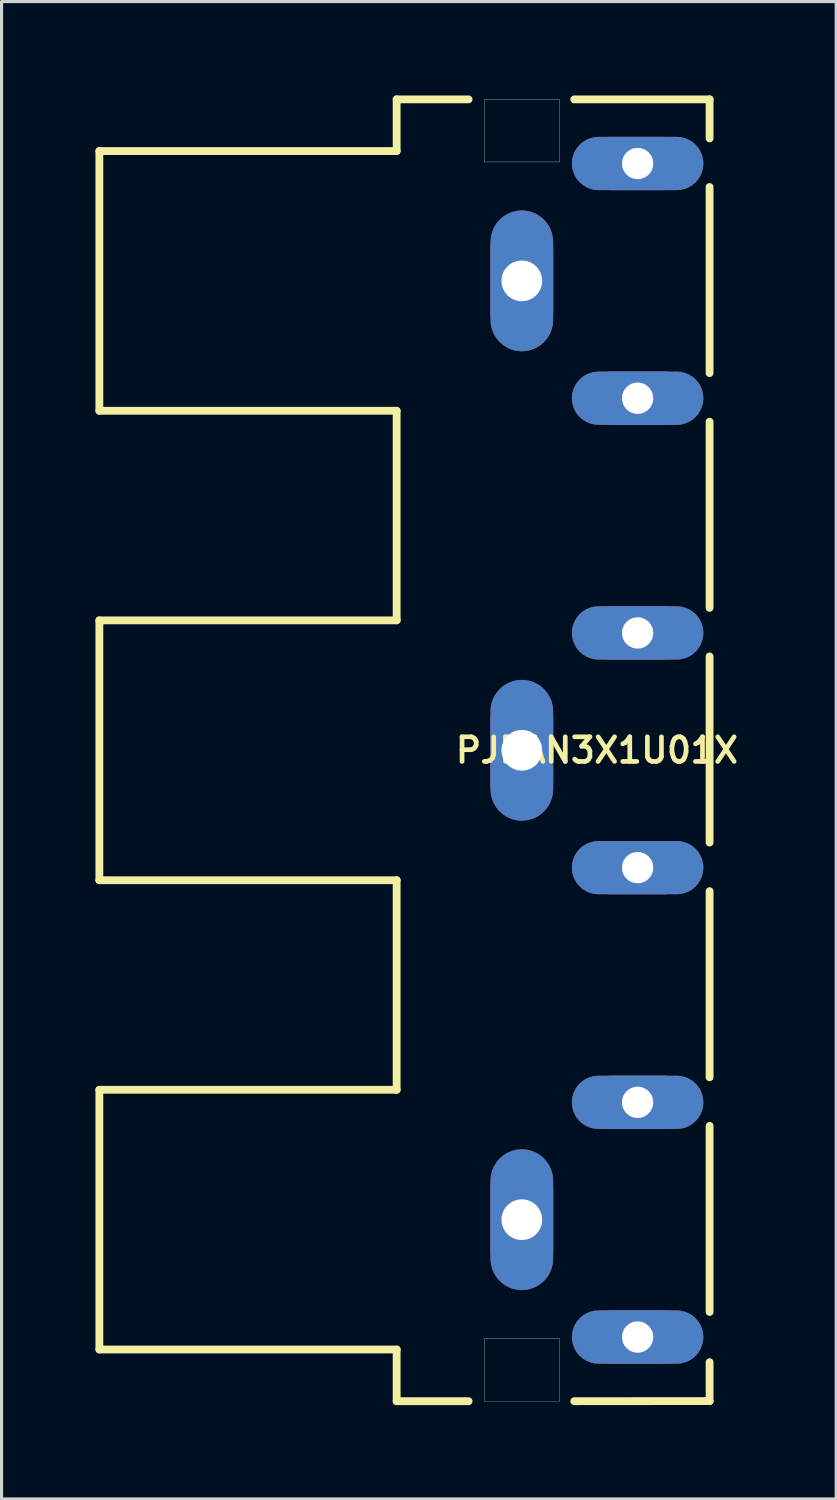
<source format=kicad_pcb>
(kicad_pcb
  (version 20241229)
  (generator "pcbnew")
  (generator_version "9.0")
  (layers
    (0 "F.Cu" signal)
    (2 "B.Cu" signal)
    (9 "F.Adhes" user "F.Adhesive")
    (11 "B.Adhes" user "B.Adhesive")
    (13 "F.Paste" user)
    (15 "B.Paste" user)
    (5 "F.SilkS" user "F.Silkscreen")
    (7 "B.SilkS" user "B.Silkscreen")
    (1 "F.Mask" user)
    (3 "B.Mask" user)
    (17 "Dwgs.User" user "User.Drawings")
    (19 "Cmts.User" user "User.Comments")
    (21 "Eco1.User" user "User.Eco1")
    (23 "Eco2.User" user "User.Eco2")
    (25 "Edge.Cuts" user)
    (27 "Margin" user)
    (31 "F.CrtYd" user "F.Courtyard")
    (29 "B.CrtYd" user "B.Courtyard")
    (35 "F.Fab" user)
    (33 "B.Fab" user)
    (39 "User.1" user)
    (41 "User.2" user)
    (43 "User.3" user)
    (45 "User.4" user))
  (footprint "PJRAN3X1U01X"
    (layer "F.Cu")
    (at 16.025 20.925)
    (property "Reference" "PJRAN3X1U01X" (at 0 0 0) (layer "F.SilkS") (effects (font (size 0.787 0.787) (thickness 0.15))))
    (attr through_hole)
    (fp_poly (pts (xy -1.401 -16.25) (xy -1.413 -16.406) (xy -1.45 -16.559) (xy -1.51 -16.704) (xy -1.592 -16.837) (xy -1.694 -16.956) (xy -1.813 -17.058) (xy -1.946 -17.14) (xy -2.091 -17.2) (xy -2.244 -17.237) (xy -2.4 -17.249) (xy -2.556 -17.237) (xy -2.709 -17.2) (xy -2.854 -17.14) (xy -2.987 -17.058) (xy -3.106 -16.956) (xy -3.208 -16.837) (xy -3.29 -16.704) (xy -3.35 -16.559) (xy -3.387 -16.406) (xy -3.399 -16.25) (xy -3.399 -13.75) (xy -3.387 -13.594) (xy -3.35 -13.441) (xy -3.29 -13.296) (xy -3.208 -13.163) (xy -3.106 -13.044) (xy -2.987 -12.942) (xy -2.854 -12.86) (xy -2.709 -12.8) (xy -2.556 -12.763) (xy -2.4 -12.751) (xy -2.244 -12.763) (xy -2.091 -12.8) (xy -1.946 -12.86) (xy -1.813 -12.942) (xy -1.694 -13.044) (xy -1.592 -13.163) (xy -1.51 -13.296) (xy -1.45 -13.441) (xy -1.413 -13.594) (xy -1.401 -13.75)) (stroke (width 0.002) (type solid)) (fill yes) (layer "F.Cu"))
    (fp_poly (pts (xy -1.401 -1.25) (xy -1.413 -1.406) (xy -1.45 -1.559) (xy -1.51 -1.704) (xy -1.592 -1.837) (xy -1.694 -1.956) (xy -1.813 -2.058) (xy -1.946 -2.14) (xy -2.091 -2.2) (xy -2.244 -2.237) (xy -2.4 -2.249) (xy -2.556 -2.237) (xy -2.709 -2.2) (xy -2.854 -2.14) (xy -2.987 -2.058) (xy -3.106 -1.956) (xy -3.208 -1.837) (xy -3.29 -1.704) (xy -3.35 -1.559) (xy -3.387 -1.406) (xy -3.399 -1.25) (xy -3.399 1.25) (xy -3.387 1.406) (xy -3.35 1.559) (xy -3.29 1.704) (xy -3.208 1.837) (xy -3.106 1.956) (xy -2.987 2.058) (xy -2.854 2.14) (xy -2.709 2.2) (xy -2.556 2.237) (xy -2.4 2.249) (xy -2.244 2.237) (xy -2.091 2.2) (xy -1.946 2.14) (xy -1.813 2.058) (xy -1.694 1.956) (xy -1.592 1.837) (xy -1.51 1.704) (xy -1.45 1.559) (xy -1.413 1.406) (xy -1.401 1.25)) (stroke (width 0.002) (type solid)) (fill yes) (layer "F.Cu"))
    (fp_poly (pts (xy -1.401 13.75) (xy -1.413 13.594) (xy -1.45 13.441) (xy -1.51 13.296) (xy -1.592 13.163) (xy -1.694 13.044) (xy -1.813 12.942) (xy -1.946 12.86) (xy -2.091 12.8) (xy -2.244 12.763) (xy -2.4 12.751) (xy -2.556 12.763) (xy -2.709 12.8) (xy -2.854 12.86) (xy -2.987 12.942) (xy -3.106 13.044) (xy -3.208 13.163) (xy -3.29 13.296) (xy -3.35 13.441) (xy -3.387 13.594) (xy -3.399 13.75) (xy -3.399 16.25) (xy -3.387 16.406) (xy -3.35 16.559) (xy -3.29 16.704) (xy -3.208 16.837) (xy -3.106 16.956) (xy -2.987 17.058) (xy -2.854 17.14) (xy -2.709 17.2) (xy -2.556 17.237) (xy -2.4 17.249) (xy -2.244 17.237) (xy -2.091 17.2) (xy -1.946 17.14) (xy -1.813 17.058) (xy -1.694 16.956) (xy -1.592 16.837) (xy -1.51 16.704) (xy -1.45 16.559) (xy -1.413 16.406) (xy -1.401 16.25)) (stroke (width 0.002) (type solid)) (fill yes) (layer "F.Cu"))
    (fp_poly (pts (xy 0.05 -19.599) (xy -0.083 -19.589) (xy -0.212 -19.557) (xy -0.335 -19.506) (xy -0.449 -19.437) (xy -0.55 -19.35) (xy -0.637 -19.249) (xy -0.706 -19.135) (xy -0.757 -19.012) (xy -0.789 -18.883) (xy -0.799 -18.75) (xy -0.789 -18.617) (xy -0.757 -18.488) (xy -0.706 -18.365) (xy -0.637 -18.251) (xy -0.55 -18.15) (xy -0.449 -18.063) (xy -0.335 -17.994) (xy -0.212 -17.943) (xy -0.083 -17.911) (xy 0.05 -17.901) (xy 2.55 -17.901) (xy 2.683 -17.911) (xy 2.812 -17.943) (xy 2.935 -17.994) (xy 3.049 -18.063) (xy 3.15 -18.15) (xy 3.237 -18.251) (xy 3.306 -18.365) (xy 3.357 -18.488) (xy 3.389 -18.617) (xy 3.399 -18.75) (xy 3.389 -18.883) (xy 3.357 -19.012) (xy 3.306 -19.135) (xy 3.237 -19.249) (xy 3.15 -19.35) (xy 3.049 -19.437) (xy 2.935 -19.506) (xy 2.812 -19.557) (xy 2.683 -19.589) (xy 2.55 -19.599)) (stroke (width 0.002) (type solid)) (fill yes) (layer "F.Cu"))
    (fp_poly (pts (xy 0.05 -12.099) (xy -0.083 -12.089) (xy -0.212 -12.057) (xy -0.335 -12.006) (xy -0.449 -11.937) (xy -0.55 -11.85) (xy -0.637 -11.749) (xy -0.706 -11.635) (xy -0.757 -11.512) (xy -0.789 -11.383) (xy -0.799 -11.25) (xy -0.789 -11.117) (xy -0.757 -10.988) (xy -0.706 -10.865) (xy -0.637 -10.751) (xy -0.55 -10.65) (xy -0.449 -10.563) (xy -0.335 -10.494) (xy -0.212 -10.443) (xy -0.083 -10.411) (xy 0.05 -10.401) (xy 2.55 -10.401) (xy 2.683 -10.411) (xy 2.812 -10.443) (xy 2.935 -10.494) (xy 3.049 -10.563) (xy 3.15 -10.65) (xy 3.237 -10.751) (xy 3.306 -10.865) (xy 3.357 -10.988) (xy 3.389 -11.117) (xy 3.399 -11.25) (xy 3.389 -11.383) (xy 3.357 -11.512) (xy 3.306 -11.635) (xy 3.237 -11.749) (xy 3.15 -11.85) (xy 3.049 -11.937) (xy 2.935 -12.006) (xy 2.812 -12.057) (xy 2.683 -12.089) (xy 2.55 -12.099)) (stroke (width 0.002) (type solid)) (fill yes) (layer "F.Cu"))
    (fp_poly (pts (xy 0.05 -4.599) (xy -0.083 -4.589) (xy -0.212 -4.557) (xy -0.335 -4.506) (xy -0.449 -4.437) (xy -0.55 -4.35) (xy -0.637 -4.249) (xy -0.706 -4.135) (xy -0.757 -4.012) (xy -0.789 -3.883) (xy -0.799 -3.75) (xy -0.789 -3.617) (xy -0.757 -3.488) (xy -0.706 -3.365) (xy -0.637 -3.251) (xy -0.55 -3.15) (xy -0.449 -3.063) (xy -0.335 -2.994) (xy -0.212 -2.943) (xy -0.083 -2.911) (xy 0.05 -2.901) (xy 2.55 -2.901) (xy 2.683 -2.911) (xy 2.812 -2.943) (xy 2.935 -2.994) (xy 3.049 -3.063) (xy 3.15 -3.15) (xy 3.237 -3.251) (xy 3.306 -3.365) (xy 3.357 -3.488) (xy 3.389 -3.617) (xy 3.399 -3.75) (xy 3.389 -3.883) (xy 3.357 -4.012) (xy 3.306 -4.135) (xy 3.237 -4.249) (xy 3.15 -4.35) (xy 3.049 -4.437) (xy 2.935 -4.506) (xy 2.812 -4.557) (xy 2.683 -4.589) (xy 2.55 -4.599)) (stroke (width 0.002) (type solid)) (fill yes) (layer "F.Cu"))
    (fp_poly (pts (xy 0.05 2.901) (xy -0.083 2.911) (xy -0.212 2.943) (xy -0.335 2.994) (xy -0.449 3.063) (xy -0.55 3.15) (xy -0.637 3.251) (xy -0.706 3.365) (xy -0.757 3.488) (xy -0.789 3.617) (xy -0.799 3.75) (xy -0.789 3.883) (xy -0.757 4.012) (xy -0.706 4.135) (xy -0.637 4.249) (xy -0.55 4.35) (xy -0.449 4.437) (xy -0.335 4.506) (xy -0.212 4.557) (xy -0.083 4.589) (xy 0.05 4.599) (xy 2.55 4.599) (xy 2.683 4.589) (xy 2.812 4.557) (xy 2.935 4.506) (xy 3.049 4.437) (xy 3.15 4.35) (xy 3.237 4.249) (xy 3.306 4.135) (xy 3.357 4.012) (xy 3.389 3.883) (xy 3.399 3.75) (xy 3.389 3.617) (xy 3.357 3.488) (xy 3.306 3.365) (xy 3.237 3.251) (xy 3.15 3.15) (xy 3.049 3.063) (xy 2.935 2.994) (xy 2.812 2.943) (xy 2.683 2.911) (xy 2.55 2.901)) (stroke (width 0.002) (type solid)) (fill yes) (layer "F.Cu"))
    (fp_poly (pts (xy 0.05 10.401) (xy -0.083 10.411) (xy -0.212 10.443) (xy -0.335 10.494) (xy -0.449 10.563) (xy -0.55 10.65) (xy -0.637 10.751) (xy -0.706 10.865) (xy -0.757 10.988) (xy -0.789 11.117) (xy -0.799 11.25) (xy -0.789 11.383) (xy -0.757 11.512) (xy -0.706 11.635) (xy -0.637 11.749) (xy -0.55 11.85) (xy -0.449 11.937) (xy -0.335 12.006) (xy -0.212 12.057) (xy -0.083 12.089) (xy 0.05 12.099) (xy 2.55 12.099) (xy 2.683 12.089) (xy 2.812 12.057) (xy 2.935 12.006) (xy 3.049 11.937) (xy 3.15 11.85) (xy 3.237 11.749) (xy 3.306 11.635) (xy 3.357 11.512) (xy 3.389 11.383) (xy 3.399 11.25) (xy 3.389 11.117) (xy 3.357 10.988) (xy 3.306 10.865) (xy 3.237 10.751) (xy 3.15 10.65) (xy 3.049 10.563) (xy 2.935 10.494) (xy 2.812 10.443) (xy 2.683 10.411) (xy 2.55 10.401)) (stroke (width 0.002) (type solid)) (fill yes) (layer "F.Cu"))
    (fp_poly (pts (xy 0.05 17.901) (xy -0.083 17.911) (xy -0.212 17.943) (xy -0.335 17.994) (xy -0.449 18.063) (xy -0.55 18.15) (xy -0.637 18.251) (xy -0.706 18.365) (xy -0.757 18.488) (xy -0.789 18.617) (xy -0.799 18.75) (xy -0.789 18.883) (xy -0.757 19.012) (xy -0.706 19.135) (xy -0.637 19.249) (xy -0.55 19.35) (xy -0.449 19.437) (xy -0.335 19.506) (xy -0.212 19.557) (xy -0.083 19.589) (xy 0.05 19.599) (xy 2.55 19.599) (xy 2.683 19.589) (xy 2.812 19.557) (xy 2.935 19.506) (xy 3.049 19.437) (xy 3.15 19.35) (xy 3.237 19.249) (xy 3.306 19.135) (xy 3.357 19.012) (xy 3.389 18.883) (xy 3.399 18.75) (xy 3.389 18.617) (xy 3.357 18.488) (xy 3.306 18.365) (xy 3.237 18.251) (xy 3.15 18.15) (xy 3.049 18.063) (xy 2.935 17.994) (xy 2.812 17.943) (xy 2.683 17.911) (xy 2.55 17.901)) (stroke (width 0.002) (type solid)) (fill yes) (layer "F.Cu"))
    (fp_poly (pts (xy -3.502 -13.75) (xy -3.488 -13.578) (xy -3.448 -13.41) (xy -3.382 -13.25) (xy -3.291 -13.102) (xy -3.179 -12.971) (xy -3.048 -12.859) (xy -2.9 -12.768) (xy -2.74 -12.702) (xy -2.572 -12.662) (xy -2.4 -12.648) (xy -2.228 -12.662) (xy -2.06 -12.702) (xy -1.9 -12.768) (xy -1.752 -12.859) (xy -1.621 -12.971) (xy -1.509 -13.102) (xy -1.418 -13.25) (xy -1.352 -13.41) (xy -1.312 -13.578) (xy -1.298 -13.75) (xy -1.298 -16.25) (xy -1.312 -16.422) (xy -1.352 -16.59) (xy -1.418 -16.75) (xy -1.509 -16.898) (xy -1.621 -17.029) (xy -1.752 -17.141) (xy -1.9 -17.232) (xy -2.06 -17.298) (xy -2.228 -17.338) (xy -2.4 -17.352) (xy -2.572 -17.338) (xy -2.74 -17.298) (xy -2.9 -17.232) (xy -3.048 -17.141) (xy -3.179 -17.029) (xy -3.291 -16.898) (xy -3.382 -16.75) (xy -3.448 -16.59) (xy -3.488 -16.422) (xy -3.502 -16.25)) (stroke (width 0.002) (type solid)) (fill yes) (layer "F.Mask"))
    (fp_poly (pts (xy -3.502 1.25) (xy -3.488 1.422) (xy -3.448 1.59) (xy -3.382 1.75) (xy -3.291 1.898) (xy -3.179 2.029) (xy -3.048 2.141) (xy -2.9 2.232) (xy -2.74 2.298) (xy -2.572 2.338) (xy -2.4 2.352) (xy -2.228 2.338) (xy -2.06 2.298) (xy -1.9 2.232) (xy -1.752 2.141) (xy -1.621 2.029) (xy -1.509 1.898) (xy -1.418 1.75) (xy -1.352 1.59) (xy -1.312 1.422) (xy -1.298 1.25) (xy -1.298 -1.25) (xy -1.312 -1.422) (xy -1.352 -1.59) (xy -1.418 -1.75) (xy -1.509 -1.898) (xy -1.621 -2.029) (xy -1.752 -2.141) (xy -1.9 -2.232) (xy -2.06 -2.298) (xy -2.228 -2.338) (xy -2.4 -2.352) (xy -2.572 -2.338) (xy -2.74 -2.298) (xy -2.9 -2.232) (xy -3.048 -2.141) (xy -3.179 -2.029) (xy -3.291 -1.898) (xy -3.382 -1.75) (xy -3.448 -1.59) (xy -3.488 -1.422) (xy -3.502 -1.25)) (stroke (width 0.002) (type solid)) (fill yes) (layer "F.Mask"))
    (fp_poly (pts (xy -3.502 16.25) (xy -3.488 16.422) (xy -3.448 16.59) (xy -3.382 16.75) (xy -3.291 16.898) (xy -3.179 17.029) (xy -3.048 17.141) (xy -2.9 17.232) (xy -2.74 17.298) (xy -2.572 17.338) (xy -2.4 17.352) (xy -2.228 17.338) (xy -2.06 17.298) (xy -1.9 17.232) (xy -1.752 17.141) (xy -1.621 17.029) (xy -1.509 16.898) (xy -1.418 16.75) (xy -1.352 16.59) (xy -1.312 16.422) (xy -1.298 16.25) (xy -1.298 13.75) (xy -1.312 13.578) (xy -1.352 13.41) (xy -1.418 13.25) (xy -1.509 13.102) (xy -1.621 12.971) (xy -1.752 12.859) (xy -1.9 12.768) (xy -2.06 12.702) (xy -2.228 12.662) (xy -2.4 12.648) (xy -2.572 12.662) (xy -2.74 12.702) (xy -2.9 12.768) (xy -3.048 12.859) (xy -3.179 12.971) (xy -3.291 13.102) (xy -3.382 13.25) (xy -3.448 13.41) (xy -3.488 13.578) (xy -3.502 13.75)) (stroke (width 0.002) (type solid)) (fill yes) (layer "F.Mask"))
    (fp_poly (pts (xy 0.05 -19.702) (xy -0.099 -19.69) (xy -0.244 -19.655) (xy -0.382 -19.598) (xy -0.509 -19.52) (xy -0.623 -19.423) (xy -0.72 -19.309) (xy -0.798 -19.182) (xy -0.855 -19.044) (xy -0.89 -18.899) (xy -0.902 -18.75) (xy -0.89 -18.601) (xy -0.855 -18.456) (xy -0.798 -18.318) (xy -0.72 -18.191) (xy -0.623 -18.077) (xy -0.509 -17.98) (xy -0.382 -17.902) (xy -0.244 -17.845) (xy -0.099 -17.81) (xy 0.05 -17.798) (xy 2.55 -17.798) (xy 2.699 -17.81) (xy 2.844 -17.845) (xy 2.982 -17.902) (xy 3.109 -17.98) (xy 3.223 -18.077) (xy 3.32 -18.191) (xy 3.398 -18.318) (xy 3.455 -18.456) (xy 3.49 -18.601) (xy 3.502 -18.75) (xy 3.49 -18.899) (xy 3.455 -19.044) (xy 3.398 -19.182) (xy 3.32 -19.309) (xy 3.223 -19.423) (xy 3.109 -19.52) (xy 2.982 -19.598) (xy 2.844 -19.655) (xy 2.699 -19.69) (xy 2.55 -19.702)) (stroke (width 0.002) (type solid)) (fill yes) (layer "F.Mask"))
    (fp_poly (pts (xy 0.05 -12.202) (xy -0.099 -12.19) (xy -0.244 -12.155) (xy -0.382 -12.098) (xy -0.509 -12.02) (xy -0.623 -11.923) (xy -0.72 -11.809) (xy -0.798 -11.682) (xy -0.855 -11.544) (xy -0.89 -11.399) (xy -0.902 -11.25) (xy -0.89 -11.101) (xy -0.855 -10.956) (xy -0.798 -10.818) (xy -0.72 -10.691) (xy -0.623 -10.577) (xy -0.509 -10.48) (xy -0.382 -10.402) (xy -0.244 -10.345) (xy -0.099 -10.31) (xy 0.05 -10.298) (xy 2.55 -10.298) (xy 2.699 -10.31) (xy 2.844 -10.345) (xy 2.982 -10.402) (xy 3.109 -10.48) (xy 3.223 -10.577) (xy 3.32 -10.691) (xy 3.398 -10.818) (xy 3.455 -10.956) (xy 3.49 -11.101) (xy 3.502 -11.25) (xy 3.49 -11.399) (xy 3.455 -11.544) (xy 3.398 -11.682) (xy 3.32 -11.809) (xy 3.223 -11.923) (xy 3.109 -12.02) (xy 2.982 -12.098) (xy 2.844 -12.155) (xy 2.699 -12.19) (xy 2.55 -12.202)) (stroke (width 0.002) (type solid)) (fill yes) (layer "F.Mask"))
    (fp_poly (pts (xy 0.05 -4.702) (xy -0.099 -4.69) (xy -0.244 -4.655) (xy -0.382 -4.598) (xy -0.509 -4.52) (xy -0.623 -4.423) (xy -0.72 -4.309) (xy -0.798 -4.182) (xy -0.855 -4.044) (xy -0.89 -3.899) (xy -0.902 -3.75) (xy -0.89 -3.601) (xy -0.855 -3.456) (xy -0.798 -3.318) (xy -0.72 -3.191) (xy -0.623 -3.077) (xy -0.509 -2.98) (xy -0.382 -2.902) (xy -0.244 -2.845) (xy -0.099 -2.81) (xy 0.05 -2.798) (xy 2.55 -2.798) (xy 2.699 -2.81) (xy 2.844 -2.845) (xy 2.982 -2.902) (xy 3.109 -2.98) (xy 3.223 -3.077) (xy 3.32 -3.191) (xy 3.398 -3.318) (xy 3.455 -3.456) (xy 3.49 -3.601) (xy 3.502 -3.75) (xy 3.49 -3.899) (xy 3.455 -4.044) (xy 3.398 -4.182) (xy 3.32 -4.309) (xy 3.223 -4.423) (xy 3.109 -4.52) (xy 2.982 -4.598) (xy 2.844 -4.655) (xy 2.699 -4.69) (xy 2.55 -4.702)) (stroke (width 0.002) (type solid)) (fill yes) (layer "F.Mask"))
    (fp_poly (pts (xy 0.05 2.798) (xy -0.099 2.81) (xy -0.244 2.845) (xy -0.382 2.902) (xy -0.509 2.98) (xy -0.623 3.077) (xy -0.72 3.191) (xy -0.798 3.318) (xy -0.855 3.456) (xy -0.89 3.601) (xy -0.902 3.75) (xy -0.89 3.899) (xy -0.855 4.044) (xy -0.798 4.182) (xy -0.72 4.309) (xy -0.623 4.423) (xy -0.509 4.52) (xy -0.382 4.598) (xy -0.244 4.655) (xy -0.099 4.69) (xy 0.05 4.702) (xy 2.55 4.702) (xy 2.699 4.69) (xy 2.844 4.655) (xy 2.982 4.598) (xy 3.109 4.52) (xy 3.223 4.423) (xy 3.32 4.309) (xy 3.398 4.182) (xy 3.455 4.044) (xy 3.49 3.899) (xy 3.502 3.75) (xy 3.49 3.601) (xy 3.455 3.456) (xy 3.398 3.318) (xy 3.32 3.191) (xy 3.223 3.077) (xy 3.109 2.98) (xy 2.982 2.902) (xy 2.844 2.845) (xy 2.699 2.81) (xy 2.55 2.798)) (stroke (width 0.002) (type solid)) (fill yes) (layer "F.Mask"))
    (fp_poly (pts (xy 0.05 10.298) (xy -0.099 10.31) (xy -0.244 10.345) (xy -0.382 10.402) (xy -0.509 10.48) (xy -0.623 10.577) (xy -0.72 10.691) (xy -0.798 10.818) (xy -0.855 10.956) (xy -0.89 11.101) (xy -0.902 11.25) (xy -0.89 11.399) (xy -0.855 11.544) (xy -0.798 11.682) (xy -0.72 11.809) (xy -0.623 11.923) (xy -0.509 12.02) (xy -0.382 12.098) (xy -0.244 12.155) (xy -0.099 12.19) (xy 0.05 12.202) (xy 2.55 12.202) (xy 2.699 12.19) (xy 2.844 12.155) (xy 2.982 12.098) (xy 3.109 12.02) (xy 3.223 11.923) (xy 3.32 11.809) (xy 3.398 11.682) (xy 3.455 11.544) (xy 3.49 11.399) (xy 3.502 11.25) (xy 3.49 11.101) (xy 3.455 10.956) (xy 3.398 10.818) (xy 3.32 10.691) (xy 3.223 10.577) (xy 3.109 10.48) (xy 2.982 10.402) (xy 2.844 10.345) (xy 2.699 10.31) (xy 2.55 10.298)) (stroke (width 0.002) (type solid)) (fill yes) (layer "F.Mask"))
    (fp_poly (pts (xy 0.05 17.798) (xy -0.099 17.81) (xy -0.244 17.845) (xy -0.382 17.902) (xy -0.509 17.98) (xy -0.623 18.077) (xy -0.72 18.191) (xy -0.798 18.318) (xy -0.855 18.456) (xy -0.89 18.601) (xy -0.902 18.75) (xy -0.89 18.899) (xy -0.855 19.044) (xy -0.798 19.182) (xy -0.72 19.309) (xy -0.623 19.423) (xy -0.509 19.52) (xy -0.382 19.598) (xy -0.244 19.655) (xy -0.099 19.69) (xy 0.05 19.702) (xy 2.55 19.702) (xy 2.699 19.69) (xy 2.844 19.655) (xy 2.982 19.598) (xy 3.109 19.52) (xy 3.223 19.423) (xy 3.32 19.309) (xy 3.398 19.182) (xy 3.455 19.044) (xy 3.49 18.899) (xy 3.502 18.75) (xy 3.49 18.601) (xy 3.455 18.456) (xy 3.398 18.318) (xy 3.32 18.191) (xy 3.223 18.077) (xy 3.109 17.98) (xy 2.982 17.902) (xy 2.844 17.845) (xy 2.699 17.81) (xy 2.55 17.798)) (stroke (width 0.002) (type solid)) (fill yes) (layer "F.Mask"))
    (fp_poly (pts (xy -1.401 -16.25) (xy -1.413 -16.406) (xy -1.45 -16.559) (xy -1.51 -16.704) (xy -1.592 -16.837) (xy -1.694 -16.956) (xy -1.813 -17.058) (xy -1.946 -17.14) (xy -2.091 -17.2) (xy -2.244 -17.237) (xy -2.4 -17.249) (xy -2.556 -17.237) (xy -2.709 -17.2) (xy -2.854 -17.14) (xy -2.987 -17.058) (xy -3.106 -16.956) (xy -3.208 -16.837) (xy -3.29 -16.704) (xy -3.35 -16.559) (xy -3.387 -16.406) (xy -3.399 -16.25) (xy -3.399 -13.75) (xy -3.387 -13.594) (xy -3.35 -13.441) (xy -3.29 -13.296) (xy -3.208 -13.163) (xy -3.106 -13.044) (xy -2.987 -12.942) (xy -2.854 -12.86) (xy -2.709 -12.8) (xy -2.556 -12.763) (xy -2.4 -12.751) (xy -2.244 -12.763) (xy -2.091 -12.8) (xy -1.946 -12.86) (xy -1.813 -12.942) (xy -1.694 -13.044) (xy -1.592 -13.163) (xy -1.51 -13.296) (xy -1.45 -13.441) (xy -1.413 -13.594) (xy -1.401 -13.75)) (stroke (width 0.002) (type solid)) (fill yes) (layer "B.Cu"))
    (fp_poly (pts (xy -1.401 -1.25) (xy -1.413 -1.406) (xy -1.45 -1.559) (xy -1.51 -1.704) (xy -1.592 -1.837) (xy -1.694 -1.956) (xy -1.813 -2.058) (xy -1.946 -2.14) (xy -2.091 -2.2) (xy -2.244 -2.237) (xy -2.4 -2.249) (xy -2.556 -2.237) (xy -2.709 -2.2) (xy -2.854 -2.14) (xy -2.987 -2.058) (xy -3.106 -1.956) (xy -3.208 -1.837) (xy -3.29 -1.704) (xy -3.35 -1.559) (xy -3.387 -1.406) (xy -3.399 -1.25) (xy -3.399 1.25) (xy -3.387 1.406) (xy -3.35 1.559) (xy -3.29 1.704) (xy -3.208 1.837) (xy -3.106 1.956) (xy -2.987 2.058) (xy -2.854 2.14) (xy -2.709 2.2) (xy -2.556 2.237) (xy -2.4 2.249) (xy -2.244 2.237) (xy -2.091 2.2) (xy -1.946 2.14) (xy -1.813 2.058) (xy -1.694 1.956) (xy -1.592 1.837) (xy -1.51 1.704) (xy -1.45 1.559) (xy -1.413 1.406) (xy -1.401 1.25)) (stroke (width 0.002) (type solid)) (fill yes) (layer "B.Cu"))
    (fp_poly (pts (xy -1.401 13.75) (xy -1.413 13.594) (xy -1.45 13.441) (xy -1.51 13.296) (xy -1.592 13.163) (xy -1.694 13.044) (xy -1.813 12.942) (xy -1.946 12.86) (xy -2.091 12.8) (xy -2.244 12.763) (xy -2.4 12.751) (xy -2.556 12.763) (xy -2.709 12.8) (xy -2.854 12.86) (xy -2.987 12.942) (xy -3.106 13.044) (xy -3.208 13.163) (xy -3.29 13.296) (xy -3.35 13.441) (xy -3.387 13.594) (xy -3.399 13.75) (xy -3.399 16.25) (xy -3.387 16.406) (xy -3.35 16.559) (xy -3.29 16.704) (xy -3.208 16.837) (xy -3.106 16.956) (xy -2.987 17.058) (xy -2.854 17.14) (xy -2.709 17.2) (xy -2.556 17.237) (xy -2.4 17.249) (xy -2.244 17.237) (xy -2.091 17.2) (xy -1.946 17.14) (xy -1.813 17.058) (xy -1.694 16.956) (xy -1.592 16.837) (xy -1.51 16.704) (xy -1.45 16.559) (xy -1.413 16.406) (xy -1.401 16.25)) (stroke (width 0.002) (type solid)) (fill yes) (layer "B.Cu"))
    (fp_poly (pts (xy 0.05 -19.599) (xy -0.083 -19.589) (xy -0.212 -19.557) (xy -0.335 -19.506) (xy -0.449 -19.437) (xy -0.55 -19.35) (xy -0.637 -19.249) (xy -0.706 -19.135) (xy -0.757 -19.012) (xy -0.789 -18.883) (xy -0.799 -18.75) (xy -0.789 -18.617) (xy -0.757 -18.488) (xy -0.706 -18.365) (xy -0.637 -18.251) (xy -0.55 -18.15) (xy -0.449 -18.063) (xy -0.335 -17.994) (xy -0.212 -17.943) (xy -0.083 -17.911) (xy 0.05 -17.901) (xy 2.55 -17.901) (xy 2.683 -17.911) (xy 2.812 -17.943) (xy 2.935 -17.994) (xy 3.049 -18.063) (xy 3.15 -18.15) (xy 3.237 -18.251) (xy 3.306 -18.365) (xy 3.357 -18.488) (xy 3.389 -18.617) (xy 3.399 -18.75) (xy 3.389 -18.883) (xy 3.357 -19.012) (xy 3.306 -19.135) (xy 3.237 -19.249) (xy 3.15 -19.35) (xy 3.049 -19.437) (xy 2.935 -19.506) (xy 2.812 -19.557) (xy 2.683 -19.589) (xy 2.55 -19.599)) (stroke (width 0.002) (type solid)) (fill yes) (layer "B.Cu"))
    (fp_poly (pts (xy 0.05 -12.099) (xy -0.083 -12.089) (xy -0.212 -12.057) (xy -0.335 -12.006) (xy -0.449 -11.937) (xy -0.55 -11.85) (xy -0.637 -11.749) (xy -0.706 -11.635) (xy -0.757 -11.512) (xy -0.789 -11.383) (xy -0.799 -11.25) (xy -0.789 -11.117) (xy -0.757 -10.988) (xy -0.706 -10.865) (xy -0.637 -10.751) (xy -0.55 -10.65) (xy -0.449 -10.563) (xy -0.335 -10.494) (xy -0.212 -10.443) (xy -0.083 -10.411) (xy 0.05 -10.401) (xy 2.55 -10.401) (xy 2.683 -10.411) (xy 2.812 -10.443) (xy 2.935 -10.494) (xy 3.049 -10.563) (xy 3.15 -10.65) (xy 3.237 -10.751) (xy 3.306 -10.865) (xy 3.357 -10.988) (xy 3.389 -11.117) (xy 3.399 -11.25) (xy 3.389 -11.383) (xy 3.357 -11.512) (xy 3.306 -11.635) (xy 3.237 -11.749) (xy 3.15 -11.85) (xy 3.049 -11.937) (xy 2.935 -12.006) (xy 2.812 -12.057) (xy 2.683 -12.089) (xy 2.55 -12.099)) (stroke (width 0.002) (type solid)) (fill yes) (layer "B.Cu"))
    (fp_poly (pts (xy 0.05 -4.599) (xy -0.083 -4.589) (xy -0.212 -4.557) (xy -0.335 -4.506) (xy -0.449 -4.437) (xy -0.55 -4.35) (xy -0.637 -4.249) (xy -0.706 -4.135) (xy -0.757 -4.012) (xy -0.789 -3.883) (xy -0.799 -3.75) (xy -0.789 -3.617) (xy -0.757 -3.488) (xy -0.706 -3.365) (xy -0.637 -3.251) (xy -0.55 -3.15) (xy -0.449 -3.063) (xy -0.335 -2.994) (xy -0.212 -2.943) (xy -0.083 -2.911) (xy 0.05 -2.901) (xy 2.55 -2.901) (xy 2.683 -2.911) (xy 2.812 -2.943) (xy 2.935 -2.994) (xy 3.049 -3.063) (xy 3.15 -3.15) (xy 3.237 -3.251) (xy 3.306 -3.365) (xy 3.357 -3.488) (xy 3.389 -3.617) (xy 3.399 -3.75) (xy 3.389 -3.883) (xy 3.357 -4.012) (xy 3.306 -4.135) (xy 3.237 -4.249) (xy 3.15 -4.35) (xy 3.049 -4.437) (xy 2.935 -4.506) (xy 2.812 -4.557) (xy 2.683 -4.589) (xy 2.55 -4.599)) (stroke (width 0.002) (type solid)) (fill yes) (layer "B.Cu"))
    (fp_poly (pts (xy 0.05 2.901) (xy -0.083 2.911) (xy -0.212 2.943) (xy -0.335 2.994) (xy -0.449 3.063) (xy -0.55 3.15) (xy -0.637 3.251) (xy -0.706 3.365) (xy -0.757 3.488) (xy -0.789 3.617) (xy -0.799 3.75) (xy -0.789 3.883) (xy -0.757 4.012) (xy -0.706 4.135) (xy -0.637 4.249) (xy -0.55 4.35) (xy -0.449 4.437) (xy -0.335 4.506) (xy -0.212 4.557) (xy -0.083 4.589) (xy 0.05 4.599) (xy 2.55 4.599) (xy 2.683 4.589) (xy 2.812 4.557) (xy 2.935 4.506) (xy 3.049 4.437) (xy 3.15 4.35) (xy 3.237 4.249) (xy 3.306 4.135) (xy 3.357 4.012) (xy 3.389 3.883) (xy 3.399 3.75) (xy 3.389 3.617) (xy 3.357 3.488) (xy 3.306 3.365) (xy 3.237 3.251) (xy 3.15 3.15) (xy 3.049 3.063) (xy 2.935 2.994) (xy 2.812 2.943) (xy 2.683 2.911) (xy 2.55 2.901)) (stroke (width 0.002) (type solid)) (fill yes) (layer "B.Cu"))
    (fp_poly (pts (xy 0.05 10.401) (xy -0.083 10.411) (xy -0.212 10.443) (xy -0.335 10.494) (xy -0.449 10.563) (xy -0.55 10.65) (xy -0.637 10.751) (xy -0.706 10.865) (xy -0.757 10.988) (xy -0.789 11.117) (xy -0.799 11.25) (xy -0.789 11.383) (xy -0.757 11.512) (xy -0.706 11.635) (xy -0.637 11.749) (xy -0.55 11.85) (xy -0.449 11.937) (xy -0.335 12.006) (xy -0.212 12.057) (xy -0.083 12.089) (xy 0.05 12.099) (xy 2.55 12.099) (xy 2.683 12.089) (xy 2.812 12.057) (xy 2.935 12.006) (xy 3.049 11.937) (xy 3.15 11.85) (xy 3.237 11.749) (xy 3.306 11.635) (xy 3.357 11.512) (xy 3.389 11.383) (xy 3.399 11.25) (xy 3.389 11.117) (xy 3.357 10.988) (xy 3.306 10.865) (xy 3.237 10.751) (xy 3.15 10.65) (xy 3.049 10.563) (xy 2.935 10.494) (xy 2.812 10.443) (xy 2.683 10.411) (xy 2.55 10.401)) (stroke (width 0.002) (type solid)) (fill yes) (layer "B.Cu"))
    (fp_poly (pts (xy 0.05 17.901) (xy -0.083 17.911) (xy -0.212 17.943) (xy -0.335 17.994) (xy -0.449 18.063) (xy -0.55 18.15) (xy -0.637 18.251) (xy -0.706 18.365) (xy -0.757 18.488) (xy -0.789 18.617) (xy -0.799 18.75) (xy -0.789 18.883) (xy -0.757 19.012) (xy -0.706 19.135) (xy -0.637 19.249) (xy -0.55 19.35) (xy -0.449 19.437) (xy -0.335 19.506) (xy -0.212 19.557) (xy -0.083 19.589) (xy 0.05 19.599) (xy 2.55 19.599) (xy 2.683 19.589) (xy 2.812 19.557) (xy 2.935 19.506) (xy 3.049 19.437) (xy 3.15 19.35) (xy 3.237 19.249) (xy 3.306 19.135) (xy 3.357 19.012) (xy 3.389 18.883) (xy 3.399 18.75) (xy 3.389 18.617) (xy 3.357 18.488) (xy 3.306 18.365) (xy 3.237 18.251) (xy 3.15 18.15) (xy 3.049 18.063) (xy 2.935 17.994) (xy 2.812 17.943) (xy 2.683 17.911) (xy 2.55 17.901)) (stroke (width 0.002) (type solid)) (fill yes) (layer "B.Cu"))
    (fp_poly (pts (xy -3.502 -13.75) (xy -3.488 -13.578) (xy -3.448 -13.41) (xy -3.382 -13.25) (xy -3.291 -13.102) (xy -3.179 -12.971) (xy -3.048 -12.859) (xy -2.9 -12.768) (xy -2.74 -12.702) (xy -2.572 -12.662) (xy -2.4 -12.648) (xy -2.228 -12.662) (xy -2.06 -12.702) (xy -1.9 -12.768) (xy -1.752 -12.859) (xy -1.621 -12.971) (xy -1.509 -13.102) (xy -1.418 -13.25) (xy -1.352 -13.41) (xy -1.312 -13.578) (xy -1.298 -13.75) (xy -1.298 -16.25) (xy -1.312 -16.422) (xy -1.352 -16.59) (xy -1.418 -16.75) (xy -1.509 -16.898) (xy -1.621 -17.029) (xy -1.752 -17.141) (xy -1.9 -17.232) (xy -2.06 -17.298) (xy -2.228 -17.338) (xy -2.4 -17.352) (xy -2.572 -17.338) (xy -2.74 -17.298) (xy -2.9 -17.232) (xy -3.048 -17.141) (xy -3.179 -17.029) (xy -3.291 -16.898) (xy -3.382 -16.75) (xy -3.448 -16.59) (xy -3.488 -16.422) (xy -3.502 -16.25)) (stroke (width 0.002) (type solid)) (fill yes) (layer "B.Mask"))
    (fp_poly (pts (xy -3.502 1.25) (xy -3.488 1.422) (xy -3.448 1.59) (xy -3.382 1.75) (xy -3.291 1.898) (xy -3.179 2.029) (xy -3.048 2.141) (xy -2.9 2.232) (xy -2.74 2.298) (xy -2.572 2.338) (xy -2.4 2.352) (xy -2.228 2.338) (xy -2.06 2.298) (xy -1.9 2.232) (xy -1.752 2.141) (xy -1.621 2.029) (xy -1.509 1.898) (xy -1.418 1.75) (xy -1.352 1.59) (xy -1.312 1.422) (xy -1.298 1.25) (xy -1.298 -1.25) (xy -1.312 -1.422) (xy -1.352 -1.59) (xy -1.418 -1.75) (xy -1.509 -1.898) (xy -1.621 -2.029) (xy -1.752 -2.141) (xy -1.9 -2.232) (xy -2.06 -2.298) (xy -2.228 -2.338) (xy -2.4 -2.352) (xy -2.572 -2.338) (xy -2.74 -2.298) (xy -2.9 -2.232) (xy -3.048 -2.141) (xy -3.179 -2.029) (xy -3.291 -1.898) (xy -3.382 -1.75) (xy -3.448 -1.59) (xy -3.488 -1.422) (xy -3.502 -1.25)) (stroke (width 0.002) (type solid)) (fill yes) (layer "B.Mask"))
    (fp_poly (pts (xy -3.502 16.25) (xy -3.488 16.422) (xy -3.448 16.59) (xy -3.382 16.75) (xy -3.291 16.898) (xy -3.179 17.029) (xy -3.048 17.141) (xy -2.9 17.232) (xy -2.74 17.298) (xy -2.572 17.338) (xy -2.4 17.352) (xy -2.228 17.338) (xy -2.06 17.298) (xy -1.9 17.232) (xy -1.752 17.141) (xy -1.621 17.029) (xy -1.509 16.898) (xy -1.418 16.75) (xy -1.352 16.59) (xy -1.312 16.422) (xy -1.298 16.25) (xy -1.298 13.75) (xy -1.312 13.578) (xy -1.352 13.41) (xy -1.418 13.25) (xy -1.509 13.102) (xy -1.621 12.971) (xy -1.752 12.859) (xy -1.9 12.768) (xy -2.06 12.702) (xy -2.228 12.662) (xy -2.4 12.648) (xy -2.572 12.662) (xy -2.74 12.702) (xy -2.9 12.768) (xy -3.048 12.859) (xy -3.179 12.971) (xy -3.291 13.102) (xy -3.382 13.25) (xy -3.448 13.41) (xy -3.488 13.578) (xy -3.502 13.75)) (stroke (width 0.002) (type solid)) (fill yes) (layer "B.Mask"))
    (fp_poly (pts (xy 0.05 -19.702) (xy -0.099 -19.69) (xy -0.244 -19.655) (xy -0.382 -19.598) (xy -0.509 -19.52) (xy -0.623 -19.423) (xy -0.72 -19.309) (xy -0.798 -19.182) (xy -0.855 -19.044) (xy -0.89 -18.899) (xy -0.902 -18.75) (xy -0.89 -18.601) (xy -0.855 -18.456) (xy -0.798 -18.318) (xy -0.72 -18.191) (xy -0.623 -18.077) (xy -0.509 -17.98) (xy -0.382 -17.902) (xy -0.244 -17.845) (xy -0.099 -17.81) (xy 0.05 -17.798) (xy 2.55 -17.798) (xy 2.699 -17.81) (xy 2.844 -17.845) (xy 2.982 -17.902) (xy 3.109 -17.98) (xy 3.223 -18.077) (xy 3.32 -18.191) (xy 3.398 -18.318) (xy 3.455 -18.456) (xy 3.49 -18.601) (xy 3.502 -18.75) (xy 3.49 -18.899) (xy 3.455 -19.044) (xy 3.398 -19.182) (xy 3.32 -19.309) (xy 3.223 -19.423) (xy 3.109 -19.52) (xy 2.982 -19.598) (xy 2.844 -19.655) (xy 2.699 -19.69) (xy 2.55 -19.702)) (stroke (width 0.002) (type solid)) (fill yes) (layer "B.Mask"))
    (fp_poly (pts (xy 0.05 -12.202) (xy -0.099 -12.19) (xy -0.244 -12.155) (xy -0.382 -12.098) (xy -0.509 -12.02) (xy -0.623 -11.923) (xy -0.72 -11.809) (xy -0.798 -11.682) (xy -0.855 -11.544) (xy -0.89 -11.399) (xy -0.902 -11.25) (xy -0.89 -11.101) (xy -0.855 -10.956) (xy -0.798 -10.818) (xy -0.72 -10.691) (xy -0.623 -10.577) (xy -0.509 -10.48) (xy -0.382 -10.402) (xy -0.244 -10.345) (xy -0.099 -10.31) (xy 0.05 -10.298) (xy 2.55 -10.298) (xy 2.699 -10.31) (xy 2.844 -10.345) (xy 2.982 -10.402) (xy 3.109 -10.48) (xy 3.223 -10.577) (xy 3.32 -10.691) (xy 3.398 -10.818) (xy 3.455 -10.956) (xy 3.49 -11.101) (xy 3.502 -11.25) (xy 3.49 -11.399) (xy 3.455 -11.544) (xy 3.398 -11.682) (xy 3.32 -11.809) (xy 3.223 -11.923) (xy 3.109 -12.02) (xy 2.982 -12.098) (xy 2.844 -12.155) (xy 2.699 -12.19) (xy 2.55 -12.202)) (stroke (width 0.002) (type solid)) (fill yes) (layer "B.Mask"))
    (fp_poly (pts (xy 0.05 -4.702) (xy -0.099 -4.69) (xy -0.244 -4.655) (xy -0.382 -4.598) (xy -0.509 -4.52) (xy -0.623 -4.423) (xy -0.72 -4.309) (xy -0.798 -4.182) (xy -0.855 -4.044) (xy -0.89 -3.899) (xy -0.902 -3.75) (xy -0.89 -3.601) (xy -0.855 -3.456) (xy -0.798 -3.318) (xy -0.72 -3.191) (xy -0.623 -3.077) (xy -0.509 -2.98) (xy -0.382 -2.902) (xy -0.244 -2.845) (xy -0.099 -2.81) (xy 0.05 -2.798) (xy 2.55 -2.798) (xy 2.699 -2.81) (xy 2.844 -2.845) (xy 2.982 -2.902) (xy 3.109 -2.98) (xy 3.223 -3.077) (xy 3.32 -3.191) (xy 3.398 -3.318) (xy 3.455 -3.456) (xy 3.49 -3.601) (xy 3.502 -3.75) (xy 3.49 -3.899) (xy 3.455 -4.044) (xy 3.398 -4.182) (xy 3.32 -4.309) (xy 3.223 -4.423) (xy 3.109 -4.52) (xy 2.982 -4.598) (xy 2.844 -4.655) (xy 2.699 -4.69) (xy 2.55 -4.702)) (stroke (width 0.002) (type solid)) (fill yes) (layer "B.Mask"))
    (fp_poly (pts (xy 0.05 2.798) (xy -0.099 2.81) (xy -0.244 2.845) (xy -0.382 2.902) (xy -0.509 2.98) (xy -0.623 3.077) (xy -0.72 3.191) (xy -0.798 3.318) (xy -0.855 3.456) (xy -0.89 3.601) (xy -0.902 3.75) (xy -0.89 3.899) (xy -0.855 4.044) (xy -0.798 4.182) (xy -0.72 4.309) (xy -0.623 4.423) (xy -0.509 4.52) (xy -0.382 4.598) (xy -0.244 4.655) (xy -0.099 4.69) (xy 0.05 4.702) (xy 2.55 4.702) (xy 2.699 4.69) (xy 2.844 4.655) (xy 2.982 4.598) (xy 3.109 4.52) (xy 3.223 4.423) (xy 3.32 4.309) (xy 3.398 4.182) (xy 3.455 4.044) (xy 3.49 3.899) (xy 3.502 3.75) (xy 3.49 3.601) (xy 3.455 3.456) (xy 3.398 3.318) (xy 3.32 3.191) (xy 3.223 3.077) (xy 3.109 2.98) (xy 2.982 2.902) (xy 2.844 2.845) (xy 2.699 2.81) (xy 2.55 2.798)) (stroke (width 0.002) (type solid)) (fill yes) (layer "B.Mask"))
    (fp_poly (pts (xy 0.05 10.298) (xy -0.099 10.31) (xy -0.244 10.345) (xy -0.382 10.402) (xy -0.509 10.48) (xy -0.623 10.577) (xy -0.72 10.691) (xy -0.798 10.818) (xy -0.855 10.956) (xy -0.89 11.101) (xy -0.902 11.25) (xy -0.89 11.399) (xy -0.855 11.544) (xy -0.798 11.682) (xy -0.72 11.809) (xy -0.623 11.923) (xy -0.509 12.02) (xy -0.382 12.098) (xy -0.244 12.155) (xy -0.099 12.19) (xy 0.05 12.202) (xy 2.55 12.202) (xy 2.699 12.19) (xy 2.844 12.155) (xy 2.982 12.098) (xy 3.109 12.02) (xy 3.223 11.923) (xy 3.32 11.809) (xy 3.398 11.682) (xy 3.455 11.544) (xy 3.49 11.399) (xy 3.502 11.25) (xy 3.49 11.101) (xy 3.455 10.956) (xy 3.398 10.818) (xy 3.32 10.691) (xy 3.223 10.577) (xy 3.109 10.48) (xy 2.982 10.402) (xy 2.844 10.345) (xy 2.699 10.31) (xy 2.55 10.298)) (stroke (width 0.002) (type solid)) (fill yes) (layer "B.Mask"))
    (fp_poly (pts (xy 0.05 17.798) (xy -0.099 17.81) (xy -0.244 17.845) (xy -0.382 17.902) (xy -0.509 17.98) (xy -0.623 18.077) (xy -0.72 18.191) (xy -0.798 18.318) (xy -0.855 18.456) (xy -0.89 18.601) (xy -0.902 18.75) (xy -0.89 18.899) (xy -0.855 19.044) (xy -0.798 19.182) (xy -0.72 19.309) (xy -0.623 19.423) (xy -0.509 19.52) (xy -0.382 19.598) (xy -0.244 19.655) (xy -0.099 19.69) (xy 0.05 19.702) (xy 2.55 19.702) (xy 2.699 19.69) (xy 2.844 19.655) (xy 2.982 19.598) (xy 3.109 19.52) (xy 3.223 19.423) (xy 3.32 19.309) (xy 3.398 19.182) (xy 3.455 19.044) (xy 3.49 18.899) (xy 3.502 18.75) (xy 3.49 18.601) (xy 3.455 18.456) (xy 3.398 18.318) (xy 3.32 18.191) (xy 3.223 18.077) (xy 3.109 17.98) (xy 2.982 17.902) (xy 2.844 17.845) (xy 2.699 17.81) (xy 2.55 17.798)) (stroke (width 0.002) (type solid)) (fill yes) (layer "B.Mask"))
    (fp_line (start -15.9 -19.148) (end -15.9 -10.849) (stroke (width 0.25) (type solid)) (layer "F.SilkS"))
    (fp_line (start -15.9 -19.148) (end -6.4 -19.148) (stroke (width 0.25) (type solid)) (layer "F.SilkS"))
    (fp_line (start -15.9 -10.849) (end -6.4 -10.849) (stroke (width 0.25) (type solid)) (layer "F.SilkS"))
    (fp_line (start -15.9 -4.152) (end -15.9 4.152) (stroke (width 0.25) (type solid)) (layer "F.SilkS"))
    (fp_line (start -15.9 -4.152) (end -6.4 -4.152) (stroke (width 0.25) (type solid)) (layer "F.SilkS"))
    (fp_line (start -15.9 4.152) (end -6.4 4.152) (stroke (width 0.25) (type solid)) (layer "F.SilkS"))
    (fp_line (start -15.9 10.849) (end -15.9 19.148) (stroke (width 0.25) (type solid)) (layer "F.SilkS"))
    (fp_line (start -15.9 10.849) (end -6.4 10.849) (stroke (width 0.25) (type solid)) (layer "F.SilkS"))
    (fp_line (start -15.9 19.148) (end -6.4 19.148) (stroke (width 0.25) (type solid)) (layer "F.SilkS"))
    (fp_line (start -6.4 -20.8) (end -6.4 -19.148) (stroke (width 0.25) (type solid)) (layer "F.SilkS"))
    (fp_line (start -6.4 -10.849) (end -6.4 -4.152) (stroke (width 0.25) (type solid)) (layer "F.SilkS"))
    (fp_line (start -6.4 4.152) (end -6.4 10.849) (stroke (width 0.25) (type solid)) (layer "F.SilkS"))
    (fp_line (start -6.4 20.8) (end -6.4 19.148) (stroke (width 0.25) (type solid)) (layer "F.SilkS"))
    (fp_line (start -4.101 -20.8) (end -6.4 -20.8) (stroke (width 0.25) (type solid)) (layer "F.SilkS"))
    (fp_line (start -4.101 20.8) (end -6.4 20.8) (stroke (width 0.25) (type solid)) (layer "F.SilkS"))
    (fp_line (start 3.6 -20.8) (end -0.725 -20.8) (stroke (width 0.25) (type solid)) (layer "F.SilkS"))
    (fp_line (start 3.6 -19.552) (end 3.6 -20.8) (stroke (width 0.25) (type solid)) (layer "F.SilkS"))
    (fp_line (start 3.6 -12.052) (end 3.6 -18) (stroke (width 0.25) (type solid)) (layer "F.SilkS"))
    (fp_line (start 3.6 -4.551) (end 3.6 -10.5) (stroke (width 0.25) (type solid)) (layer "F.SilkS"))
    (fp_line (start 3.6 2.949) (end 3.6 -2.999) (stroke (width 0.25) (type solid)) (layer "F.SilkS"))
    (fp_line (start 3.6 10.45) (end 3.6 4.501) (stroke (width 0.25) (type solid)) (layer "F.SilkS"))
    (fp_line (start 3.6 17.95) (end 3.6 12.002) (stroke (width 0.25) (type solid)) (layer "F.SilkS"))
    (fp_line (start 3.6 20.796) (end -0.725 20.8) (stroke (width 0.25) (type solid)) (layer "F.SilkS"))
    (fp_line (start 3.6 20.8) (end 3.6 19.552) (stroke (width 0.25) (type solid)) (layer "F.SilkS"))
    (fp_line (start -3.599 -20.8) (end -1.201 -20.8) (stroke (width 0.01) (type solid)) (layer "Edge.Cuts"))
    (fp_line (start -3.599 -18.799) (end -3.599 -20.8) (stroke (width 0.01) (type solid)) (layer "Edge.Cuts"))
    (fp_line (start -3.599 18.799) (end -1.201 18.799) (stroke (width 0.01) (type solid)) (layer "Edge.Cuts"))
    (fp_line (start -3.599 20.8) (end -3.599 18.799) (stroke (width 0.01) (type solid)) (layer "Edge.Cuts"))
    (fp_line (start -1.201 -20.8) (end -1.201 -18.799) (stroke (width 0.01) (type solid)) (layer "Edge.Cuts"))
    (fp_line (start -1.201 -18.799) (end -3.599 -18.799) (stroke (width 0.01) (type solid)) (layer "Edge.Cuts"))
    (fp_line (start -1.201 18.799) (end -1.201 20.8) (stroke (width 0.01) (type solid)) (layer "Edge.Cuts"))
    (fp_line (start -1.201 20.8) (end -3.599 20.8) (stroke (width 0.01) (type solid)) (layer "Edge.Cuts"))
    (pad "1" thru_hole oval (at -2.4 15) (size 2 4) (drill 1.3) (layers "*.Cu"))
    (pad "2" thru_hole oval (at 1.3 11.25) (size 3.4 1.7) (drill 1) (layers "*.Cu"))
    (pad "3" thru_hole oval (at 1.3 18.75) (size 3.4 1.7) (drill 1) (layers "*.Cu"))
    (pad "4" thru_hole oval (at -2.4 0) (size 2 4) (drill 1.3) (layers "*.Cu"))
    (pad "5" thru_hole oval (at 1.3 -3.75) (size 3.4 1.7) (drill 1) (layers "*.Cu"))
    (pad "6" thru_hole oval (at 1.3 3.75) (size 3.4 1.7) (drill 1) (layers "*.Cu"))
    (pad "7" thru_hole oval (at -2.4 -15) (size 2 4) (drill 1.3) (layers "*.Cu"))
    (pad "8" thru_hole oval (at 1.3 -18.75) (size 3.4 1.7) (drill 1) (layers "*.Cu"))
    (pad "9" thru_hole oval (at 1.3 -11.25) (size 3.4 1.7) (drill 1) (layers "*.Cu")))
  (gr_rect
    (start -3 -3)
    (end 23.671 44.85)
    (stroke (width 0.1) (type default))
    (fill no)
    (layer "Edge.Cuts")))
</source>
